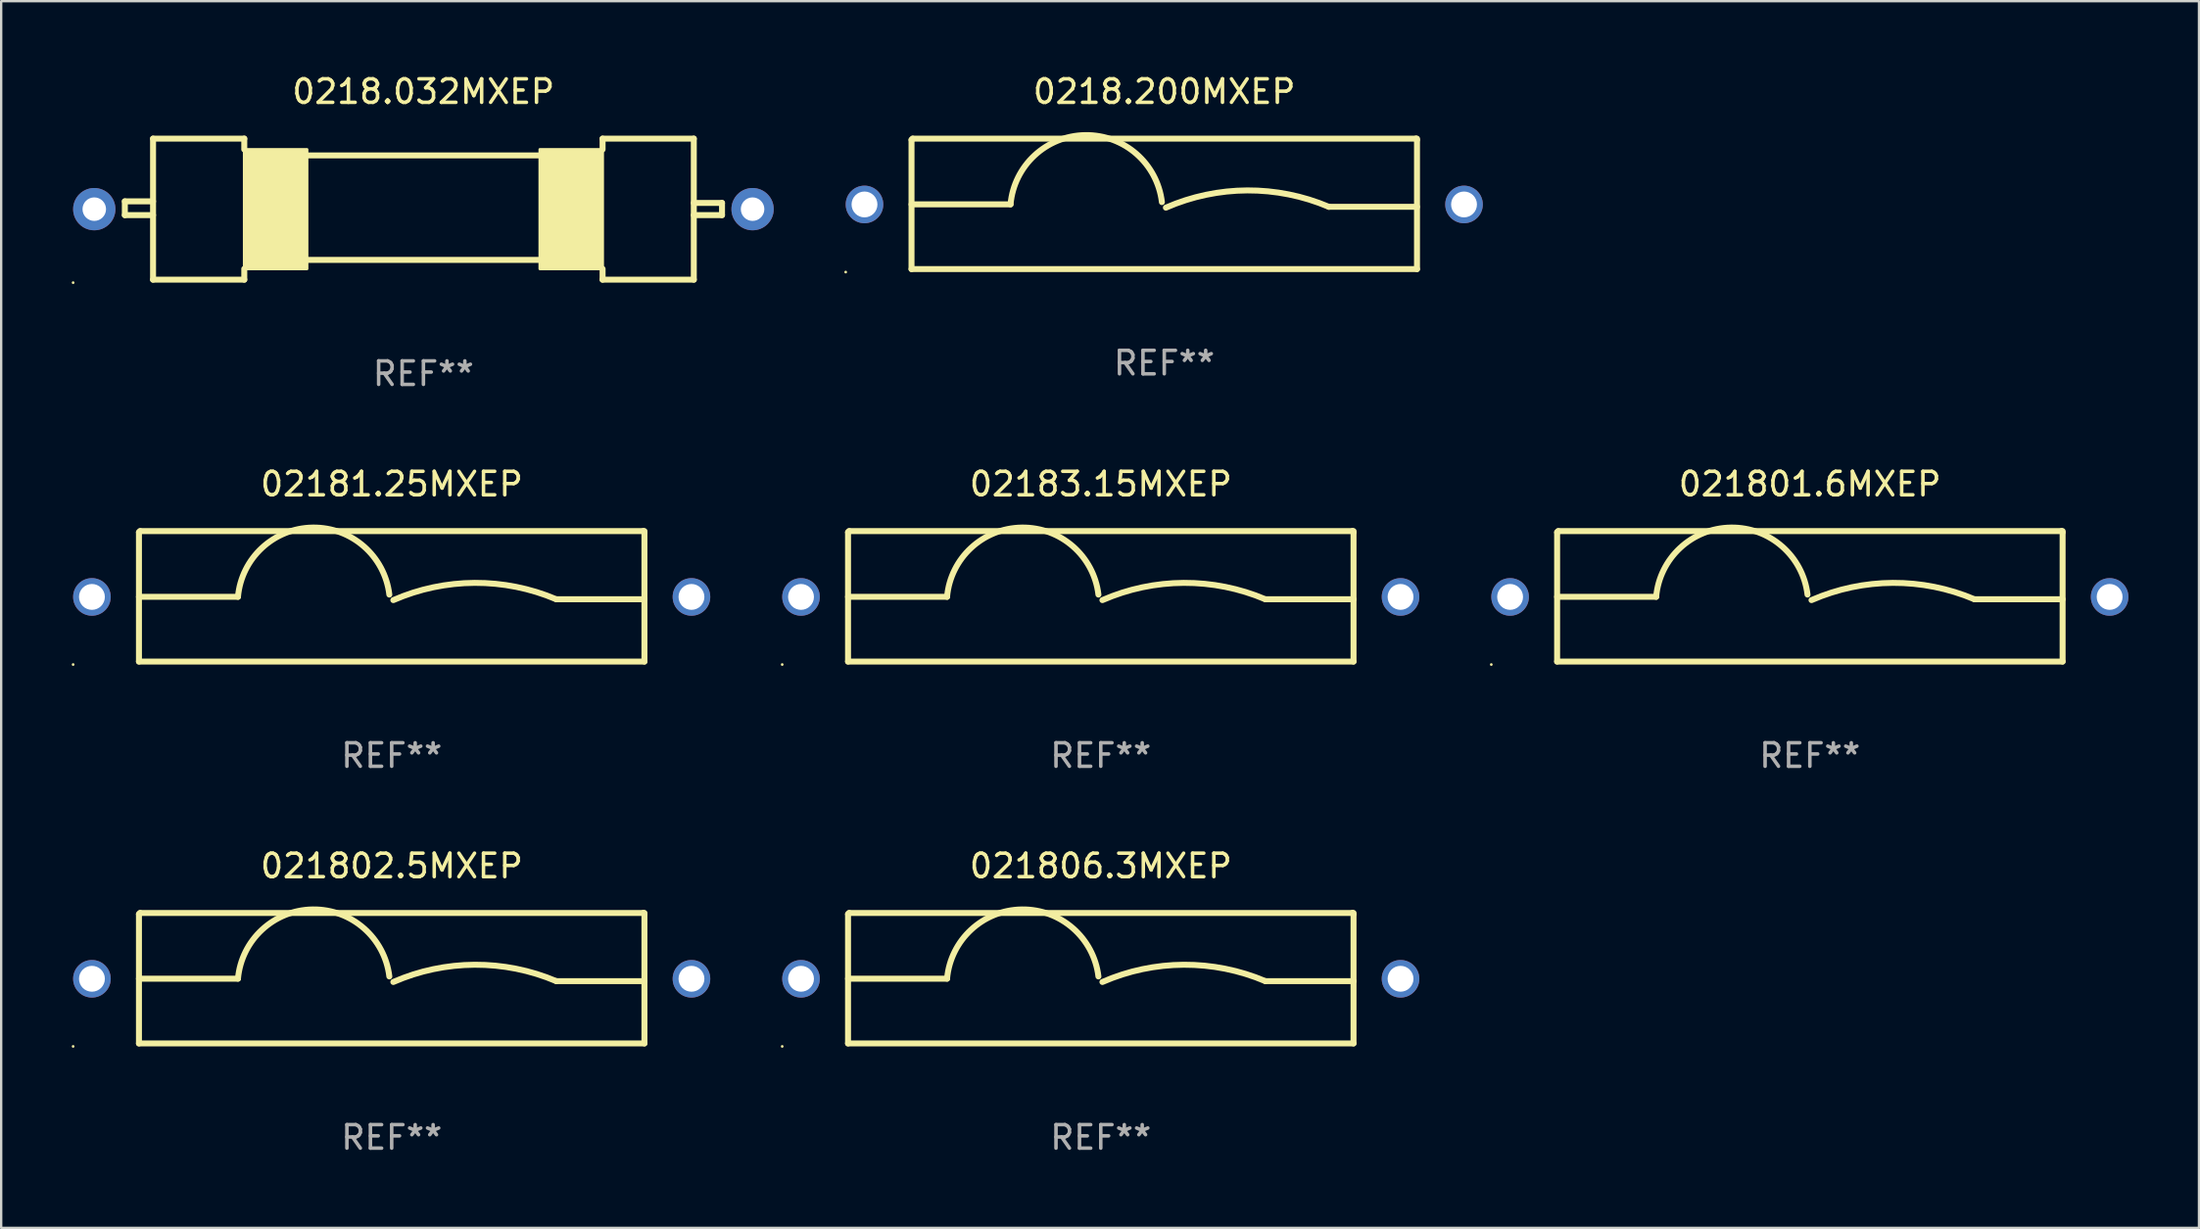
<source format=kicad_pcb>
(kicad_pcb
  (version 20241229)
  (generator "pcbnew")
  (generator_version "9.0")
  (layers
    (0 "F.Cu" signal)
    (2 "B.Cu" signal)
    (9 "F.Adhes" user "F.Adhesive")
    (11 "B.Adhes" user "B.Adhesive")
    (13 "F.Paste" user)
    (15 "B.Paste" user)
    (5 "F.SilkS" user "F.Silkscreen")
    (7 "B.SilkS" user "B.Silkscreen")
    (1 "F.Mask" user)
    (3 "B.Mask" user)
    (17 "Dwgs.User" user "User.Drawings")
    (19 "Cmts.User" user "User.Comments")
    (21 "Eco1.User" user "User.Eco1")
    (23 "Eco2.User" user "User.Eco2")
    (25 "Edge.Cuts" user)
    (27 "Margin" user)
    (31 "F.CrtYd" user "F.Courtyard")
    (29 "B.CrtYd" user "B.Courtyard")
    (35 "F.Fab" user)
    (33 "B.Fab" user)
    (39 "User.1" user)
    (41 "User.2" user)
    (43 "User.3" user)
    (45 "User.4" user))
  (footprint "0218.200MXEP"
    (layer "F.Cu")
    (at 46.47 5.623)
    (property "Reference" "0218.200MXEP" (at 0 -4.775 0) (layer "F.SilkS") (effects (font (size 1 1) (thickness 0.15))))
    (attr through_hole)
    (fp_line (start -10.75 -2.725) (end -10.7 -2.775) (stroke (width 0.254) (type solid)) (layer "F.SilkS"))
    (fp_line (start -10.75 2.775) (end -10.75 -2.725) (stroke (width 0.254) (type solid)) (layer "F.SilkS"))
    (fp_line (start -10.75 2.775) (end 10.75 2.775) (stroke (width 0.254) (type solid)) (layer "F.SilkS"))
    (fp_line (start -10.7 -2.775) (end 10.7 -2.775) (stroke (width 0.254) (type solid)) (layer "F.SilkS"))
    (fp_line (start -6.538 0.021) (end -10.75 0.021) (stroke (width 0.254) (type solid)) (layer "F.SilkS"))
    (fp_line (start 7 0.125) (end 10.75 0.125) (stroke (width 0.254) (type solid)) (layer "F.SilkS"))
    (fp_line (start 10.7 -2.775) (end 10.75 -2.725) (stroke (width 0.254) (type solid)) (layer "F.SilkS"))
    (fp_line (start 10.75 2.775) (end 10.75 -2.775) (stroke (width 0.254) (type solid)) (layer "F.SilkS"))
    (fp_arc (start -6.538277 0.020573) (mid -3.362163 -2.925392) (end -0.1 -0.075006) (stroke (width 0.254001) (type solid)) (layer "F.SilkS"))
    (fp_arc (start 0.069571 0.160528) (mid 3.531132 -0.572293) (end 7.000025 0.124994) (stroke (width 0.254001) (type solid)) (layer "F.SilkS"))
    (fp_circle (center -13.55 2.902) (end -13.52 2.902) (stroke (width 0.06) (type solid)) (fill no) (layer "F.SilkS"))
    (fp_text user "REF**" (at 0 6.775 0) (layer "F.Fab") (effects (font (size 1 1) (thickness 0.15))))
    (pad "1" thru_hole circle (at -12.75 0.025) (size 1.6 1.6) (drill 1.1) (layers "*.Cu" "*.Mask"))
    (pad "2" thru_hole circle (at 12.75 0.025) (size 1.6 1.6) (drill 1.1) (layers "*.Cu" "*.Mask")))
  (footprint "02183.15MXEP"
    (layer "F.Cu")
    (at 43.77 22.32)
    (property "Reference" "02183.15MXEP" (at 0 -4.775 0) (layer "F.SilkS") (effects (font (size 1 1) (thickness 0.15))))
    (attr through_hole)
    (fp_line (start -10.75 -2.725) (end -10.7 -2.775) (stroke (width 0.254) (type solid)) (layer "F.SilkS"))
    (fp_line (start -10.75 2.775) (end -10.75 -2.725) (stroke (width 0.254) (type solid)) (layer "F.SilkS"))
    (fp_line (start -10.75 2.775) (end 10.75 2.775) (stroke (width 0.254) (type solid)) (layer "F.SilkS"))
    (fp_line (start -10.7 -2.775) (end 10.7 -2.775) (stroke (width 0.254) (type solid)) (layer "F.SilkS"))
    (fp_line (start -6.538 0.021) (end -10.75 0.021) (stroke (width 0.254) (type solid)) (layer "F.SilkS"))
    (fp_line (start 7 0.125) (end 10.75 0.125) (stroke (width 0.254) (type solid)) (layer "F.SilkS"))
    (fp_line (start 10.7 -2.775) (end 10.75 -2.725) (stroke (width 0.254) (type solid)) (layer "F.SilkS"))
    (fp_line (start 10.75 2.775) (end 10.75 -2.775) (stroke (width 0.254) (type solid)) (layer "F.SilkS"))
    (fp_arc (start -6.538277 0.020573) (mid -3.362163 -2.925392) (end -0.1 -0.075006) (stroke (width 0.254001) (type solid)) (layer "F.SilkS"))
    (fp_arc (start 0.069571 0.160528) (mid 3.531132 -0.572293) (end 7.000025 0.124994) (stroke (width 0.254001) (type solid)) (layer "F.SilkS"))
    (fp_circle (center -13.55 2.902) (end -13.52 2.902) (stroke (width 0.06) (type solid)) (fill no) (layer "F.SilkS"))
    (fp_text user "REF**" (at 0 6.775 0) (layer "F.Fab") (effects (font (size 1 1) (thickness 0.15))))
    (pad "1" thru_hole circle (at -12.75 0.025) (size 1.6 1.6) (drill 1.1) (layers "*.Cu" "*.Mask"))
    (pad "2" thru_hole circle (at 12.75 0.025) (size 1.6 1.6) (drill 1.1) (layers "*.Cu" "*.Mask")))
  (footprint "0218.032MXEP"
    (layer "F.Cu")
    (at 14.96 5.848)
    (property "Reference" "0218.032MXEP" (at 0 -5 0) (layer "F.SilkS") (effects (font (size 1 1) (thickness 0.15))))
    (attr through_hole)
    (fp_line (start -12.7 -0.332) (end -12.7 0.254) (stroke (width 0.254) (type solid)) (layer "F.SilkS"))
    (fp_line (start -12.7 0.254) (end -11.5 0.254) (stroke (width 0.254) (type solid)) (layer "F.SilkS"))
    (fp_line (start -11.5 -3) (end -11.5 3) (stroke (width 0.254) (type solid)) (layer "F.SilkS"))
    (fp_line (start -11.5 -3) (end -7.62 -3) (stroke (width 0.254) (type solid)) (layer "F.SilkS"))
    (fp_line (start -11.5 -0.332) (end -12.7 -0.332) (stroke (width 0.254) (type solid)) (layer "F.SilkS"))
    (fp_line (start -7.62 -2.54) (end -7.62 -3) (stroke (width 0.254) (type solid)) (layer "F.SilkS"))
    (fp_line (start -7.62 2.54) (end -7.62 3) (stroke (width 0.254) (type solid)) (layer "F.SilkS"))
    (fp_line (start -7.62 3) (end -11.5 3) (stroke (width 0.254) (type solid)) (layer "F.SilkS"))
    (fp_line (start -4.953 -2.286) (end 4.953 -2.286) (stroke (width 0.254) (type solid)) (layer "F.SilkS"))
    (fp_line (start -4.953 2.159) (end 4.953 2.159) (stroke (width 0.254) (type solid)) (layer "F.SilkS"))
    (fp_line (start 7.62 -3) (end 11.5 -3) (stroke (width 0.254) (type solid)) (layer "F.SilkS"))
    (fp_line (start 7.62 -2.54) (end 7.62 -3) (stroke (width 0.254) (type solid)) (layer "F.SilkS"))
    (fp_line (start 7.62 2.54) (end 7.62 3) (stroke (width 0.254) (type solid)) (layer "F.SilkS"))
    (fp_line (start 7.62 3) (end 11.5 3) (stroke (width 0.254) (type solid)) (layer "F.SilkS"))
    (fp_line (start 11.5 -3) (end 11.5 3) (stroke (width 0.254) (type solid)) (layer "F.SilkS"))
    (fp_line (start 11.5 -0.264) (end 12.7 -0.264) (stroke (width 0.254) (type solid)) (layer "F.SilkS"))
    (fp_line (start 12.7 -0.264) (end 12.7 0.254) (stroke (width 0.254) (type solid)) (layer "F.SilkS"))
    (fp_line (start 12.7 0.254) (end 11.5 0.254) (stroke (width 0.254) (type solid)) (layer "F.SilkS"))
    (fp_circle (center -14.9 3.127) (end -14.87 3.127) (stroke (width 0.06) (type solid)) (fill no) (layer "F.SilkS"))
    (fp_poly (pts (xy -7.62 -2.54) (xy -4.953 -2.54) (xy -4.953 2.54) (xy -7.62 2.54)) (stroke (width 0.12) (type solid)) (fill yes) (layer "F.SilkS"))
    (fp_poly (pts (xy 4.953 -2.54) (xy 7.62 -2.54) (xy 7.62 2.54) (xy 4.953 2.54)) (stroke (width 0.12) (type solid)) (fill yes) (layer "F.SilkS"))
    (fp_text user "REF**" (at 0 7 0) (layer "F.Fab") (effects (font (size 1 1) (thickness 0.15))))
    (pad "1" thru_hole circle (at -14 0) (size 1.8 1.8) (drill 1) (layers "*.Cu" "*.Mask"))
    (pad "2" thru_hole circle (at 14 0) (size 1.8 1.8) (drill 1) (layers "*.Cu" "*.Mask")))
  (footprint "02181.25MXEP"
    (layer "F.Cu")
    (at 13.61 22.32)
    (property "Reference" "02181.25MXEP" (at 0 -4.775 0) (layer "F.SilkS") (effects (font (size 1 1) (thickness 0.15))))
    (attr through_hole)
    (fp_line (start -10.75 -2.725) (end -10.7 -2.775) (stroke (width 0.254) (type solid)) (layer "F.SilkS"))
    (fp_line (start -10.75 2.775) (end -10.75 -2.725) (stroke (width 0.254) (type solid)) (layer "F.SilkS"))
    (fp_line (start -10.75 2.775) (end 10.75 2.775) (stroke (width 0.254) (type solid)) (layer "F.SilkS"))
    (fp_line (start -10.7 -2.775) (end 10.7 -2.775) (stroke (width 0.254) (type solid)) (layer "F.SilkS"))
    (fp_line (start -6.538 0.021) (end -10.75 0.021) (stroke (width 0.254) (type solid)) (layer "F.SilkS"))
    (fp_line (start 7 0.125) (end 10.75 0.125) (stroke (width 0.254) (type solid)) (layer "F.SilkS"))
    (fp_line (start 10.7 -2.775) (end 10.75 -2.725) (stroke (width 0.254) (type solid)) (layer "F.SilkS"))
    (fp_line (start 10.75 2.775) (end 10.75 -2.775) (stroke (width 0.254) (type solid)) (layer "F.SilkS"))
    (fp_arc (start -6.538277 0.020573) (mid -3.362163 -2.925392) (end -0.1 -0.075006) (stroke (width 0.254001) (type solid)) (layer "F.SilkS"))
    (fp_arc (start 0.069571 0.160528) (mid 3.531132 -0.572293) (end 7.000025 0.124994) (stroke (width 0.254001) (type solid)) (layer "F.SilkS"))
    (fp_circle (center -13.55 2.902) (end -13.52 2.902) (stroke (width 0.06) (type solid)) (fill no) (layer "F.SilkS"))
    (fp_text user "REF**" (at 0 6.775 0) (layer "F.Fab") (effects (font (size 1 1) (thickness 0.15))))
    (pad "1" thru_hole circle (at -12.75 0.025) (size 1.6 1.6) (drill 1.1) (layers "*.Cu" "*.Mask"))
    (pad "2" thru_hole circle (at 12.75 0.025) (size 1.6 1.6) (drill 1.1) (layers "*.Cu" "*.Mask")))
  (footprint "021806.3MXEP"
    (layer "F.Cu")
    (at 43.77 38.566)
    (property "Reference" "021806.3MXEP" (at 0 -4.775 0) (layer "F.SilkS") (effects (font (size 1 1) (thickness 0.15))))
    (attr through_hole)
    (fp_line (start -10.75 -2.725) (end -10.7 -2.775) (stroke (width 0.254) (type solid)) (layer "F.SilkS"))
    (fp_line (start -10.75 2.775) (end -10.75 -2.725) (stroke (width 0.254) (type solid)) (layer "F.SilkS"))
    (fp_line (start -10.75 2.775) (end 10.75 2.775) (stroke (width 0.254) (type solid)) (layer "F.SilkS"))
    (fp_line (start -10.7 -2.775) (end 10.7 -2.775) (stroke (width 0.254) (type solid)) (layer "F.SilkS"))
    (fp_line (start -6.538 0.021) (end -10.75 0.021) (stroke (width 0.254) (type solid)) (layer "F.SilkS"))
    (fp_line (start 7 0.125) (end 10.75 0.125) (stroke (width 0.254) (type solid)) (layer "F.SilkS"))
    (fp_line (start 10.7 -2.775) (end 10.75 -2.725) (stroke (width 0.254) (type solid)) (layer "F.SilkS"))
    (fp_line (start 10.75 2.775) (end 10.75 -2.775) (stroke (width 0.254) (type solid)) (layer "F.SilkS"))
    (fp_arc (start -6.538277 0.020573) (mid -3.362163 -2.925392) (end -0.1 -0.075006) (stroke (width 0.254001) (type solid)) (layer "F.SilkS"))
    (fp_arc (start 0.069571 0.160528) (mid 3.531132 -0.572293) (end 7.000025 0.124994) (stroke (width 0.254001) (type solid)) (layer "F.SilkS"))
    (fp_circle (center -13.55 2.902) (end -13.52 2.902) (stroke (width 0.06) (type solid)) (fill no) (layer "F.SilkS"))
    (fp_text user "REF**" (at 0 6.775 0) (layer "F.Fab") (effects (font (size 1 1) (thickness 0.15))))
    (pad "1" thru_hole circle (at -12.75 0.025) (size 1.6 1.6) (drill 1.1) (layers "*.Cu" "*.Mask"))
    (pad "2" thru_hole circle (at 12.75 0.025) (size 1.6 1.6) (drill 1.1) (layers "*.Cu" "*.Mask")))
  (footprint "021802.5MXEP"
    (layer "F.Cu")
    (at 13.61 38.566)
    (property "Reference" "021802.5MXEP" (at 0 -4.775 0) (layer "F.SilkS") (effects (font (size 1 1) (thickness 0.15))))
    (attr through_hole)
    (fp_line (start -10.75 -2.725) (end -10.7 -2.775) (stroke (width 0.254) (type solid)) (layer "F.SilkS"))
    (fp_line (start -10.75 2.775) (end -10.75 -2.725) (stroke (width 0.254) (type solid)) (layer "F.SilkS"))
    (fp_line (start -10.75 2.775) (end 10.75 2.775) (stroke (width 0.254) (type solid)) (layer "F.SilkS"))
    (fp_line (start -10.7 -2.775) (end 10.7 -2.775) (stroke (width 0.254) (type solid)) (layer "F.SilkS"))
    (fp_line (start -6.538 0.021) (end -10.75 0.021) (stroke (width 0.254) (type solid)) (layer "F.SilkS"))
    (fp_line (start 7 0.125) (end 10.75 0.125) (stroke (width 0.254) (type solid)) (layer "F.SilkS"))
    (fp_line (start 10.7 -2.775) (end 10.75 -2.725) (stroke (width 0.254) (type solid)) (layer "F.SilkS"))
    (fp_line (start 10.75 2.775) (end 10.75 -2.775) (stroke (width 0.254) (type solid)) (layer "F.SilkS"))
    (fp_arc (start -6.538277 0.020573) (mid -3.362163 -2.925392) (end -0.1 -0.075006) (stroke (width 0.254001) (type solid)) (layer "F.SilkS"))
    (fp_arc (start 0.069571 0.160528) (mid 3.531132 -0.572293) (end 7.000025 0.124994) (stroke (width 0.254001) (type solid)) (layer "F.SilkS"))
    (fp_circle (center -13.55 2.902) (end -13.52 2.902) (stroke (width 0.06) (type solid)) (fill no) (layer "F.SilkS"))
    (fp_text user "REF**" (at 0 6.775 0) (layer "F.Fab") (effects (font (size 1 1) (thickness 0.15))))
    (pad "1" thru_hole circle (at -12.75 0.025) (size 1.6 1.6) (drill 1.1) (layers "*.Cu" "*.Mask"))
    (pad "2" thru_hole circle (at 12.75 0.025) (size 1.6 1.6) (drill 1.1) (layers "*.Cu" "*.Mask")))
  (footprint "021801.6MXEP"
    (layer "F.Cu")
    (at 73.93 22.32)
    (property "Reference" "021801.6MXEP" (at 0 -4.775 0) (layer "F.SilkS") (effects (font (size 1 1) (thickness 0.15))))
    (attr through_hole)
    (fp_line (start -10.75 -2.725) (end -10.7 -2.775) (stroke (width 0.254) (type solid)) (layer "F.SilkS"))
    (fp_line (start -10.75 2.775) (end -10.75 -2.725) (stroke (width 0.254) (type solid)) (layer "F.SilkS"))
    (fp_line (start -10.75 2.775) (end 10.75 2.775) (stroke (width 0.254) (type solid)) (layer "F.SilkS"))
    (fp_line (start -10.7 -2.775) (end 10.7 -2.775) (stroke (width 0.254) (type solid)) (layer "F.SilkS"))
    (fp_line (start -6.538 0.021) (end -10.75 0.021) (stroke (width 0.254) (type solid)) (layer "F.SilkS"))
    (fp_line (start 7 0.125) (end 10.75 0.125) (stroke (width 0.254) (type solid)) (layer "F.SilkS"))
    (fp_line (start 10.7 -2.775) (end 10.75 -2.725) (stroke (width 0.254) (type solid)) (layer "F.SilkS"))
    (fp_line (start 10.75 2.775) (end 10.75 -2.775) (stroke (width 0.254) (type solid)) (layer "F.SilkS"))
    (fp_arc (start -6.538277 0.020573) (mid -3.362163 -2.925392) (end -0.1 -0.075006) (stroke (width 0.254001) (type solid)) (layer "F.SilkS"))
    (fp_arc (start 0.069571 0.160528) (mid 3.531132 -0.572293) (end 7.000025 0.124994) (stroke (width 0.254001) (type solid)) (layer "F.SilkS"))
    (fp_circle (center -13.55 2.902) (end -13.52 2.902) (stroke (width 0.06) (type solid)) (fill no) (layer "F.SilkS"))
    (fp_text user "REF**" (at 0 6.775 0) (layer "F.Fab") (effects (font (size 1 1) (thickness 0.15))))
    (pad "1" thru_hole circle (at -12.75 0.025) (size 1.6 1.6) (drill 1.1) (layers "*.Cu" "*.Mask"))
    (pad "2" thru_hole circle (at 12.75 0.025) (size 1.6 1.6) (drill 1.1) (layers "*.Cu" "*.Mask")))
  (gr_rect
    (start -3 -3)
    (end 90.48 49.19)
    (stroke (width 0.1) (type default))
    (fill no)
    (layer "Edge.Cuts")))
</source>
